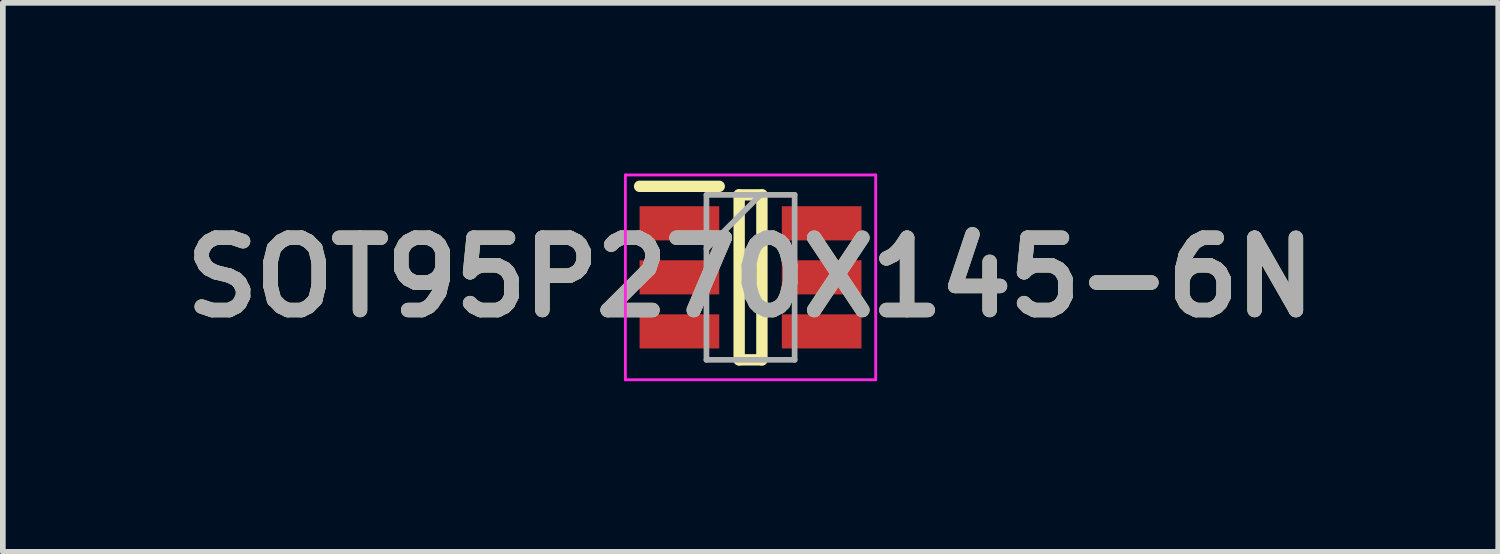
<source format=kicad_pcb>
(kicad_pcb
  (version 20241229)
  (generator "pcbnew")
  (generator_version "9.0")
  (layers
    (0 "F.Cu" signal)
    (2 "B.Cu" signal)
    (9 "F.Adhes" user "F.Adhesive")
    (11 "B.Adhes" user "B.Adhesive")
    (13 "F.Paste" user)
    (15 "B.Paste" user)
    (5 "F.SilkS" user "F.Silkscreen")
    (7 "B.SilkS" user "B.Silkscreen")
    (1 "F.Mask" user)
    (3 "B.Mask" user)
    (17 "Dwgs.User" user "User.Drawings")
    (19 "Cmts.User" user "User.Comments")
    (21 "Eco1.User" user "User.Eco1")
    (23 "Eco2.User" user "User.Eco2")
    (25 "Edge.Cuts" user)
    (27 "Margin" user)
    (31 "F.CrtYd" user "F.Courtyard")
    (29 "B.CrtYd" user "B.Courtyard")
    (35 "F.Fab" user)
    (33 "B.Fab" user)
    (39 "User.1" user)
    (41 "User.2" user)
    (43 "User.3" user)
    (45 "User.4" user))
  (footprint "SOT95P270X145-6N"
    (layer "F.Cu")
    (at 10.142 1.825)
    (property "Reference" "SOT95P270X145-6N" (at 0 0 0) (layer "F.SilkS") (effects (font (size 1.27 1.27) (thickness 0.254))))
    (attr smd)
    (fp_line (start -1.95 -1.6) (end -0.55 -1.6) (stroke (width 0.2) (type solid)) (layer "F.SilkS"))
    (fp_line (start -0.2 -1.45) (end 0.2 -1.45) (stroke (width 0.2) (type solid)) (layer "F.SilkS"))
    (fp_line (start -0.2 1.45) (end -0.2 -1.45) (stroke (width 0.2) (type solid)) (layer "F.SilkS"))
    (fp_line (start 0.2 -1.45) (end 0.2 1.45) (stroke (width 0.2) (type solid)) (layer "F.SilkS"))
    (fp_line (start 0.2 1.45) (end -0.2 1.45) (stroke (width 0.2) (type solid)) (layer "F.SilkS"))
    (fp_line (start -2.2 -1.8) (end 2.2 -1.8) (stroke (width 0.05) (type solid)) (layer "F.CrtYd"))
    (fp_line (start -2.2 1.8) (end -2.2 -1.8) (stroke (width 0.05) (type solid)) (layer "F.CrtYd"))
    (fp_line (start 2.2 -1.8) (end 2.2 1.8) (stroke (width 0.05) (type solid)) (layer "F.CrtYd"))
    (fp_line (start 2.2 1.8) (end -2.2 1.8) (stroke (width 0.05) (type solid)) (layer "F.CrtYd"))
    (fp_line (start -0.775 -1.45) (end 0.775 -1.45) (stroke (width 0.1) (type solid)) (layer "F.Fab"))
    (fp_line (start -0.775 -0.5) (end 0.175 -1.45) (stroke (width 0.1) (type solid)) (layer "F.Fab"))
    (fp_line (start -0.775 1.45) (end -0.775 -1.45) (stroke (width 0.1) (type solid)) (layer "F.Fab"))
    (fp_line (start 0.775 -1.45) (end 0.775 1.45) (stroke (width 0.1) (type solid)) (layer "F.Fab"))
    (fp_line (start 0.775 1.45) (end -0.775 1.45) (stroke (width 0.1) (type solid)) (layer "F.Fab"))
    (fp_text user "${REFERENCE}" (at 0 0 0) (layer "F.Fab") (effects (font (size 1.27 1.27) (thickness 0.254))))
    (pad "1" smd rect (at -1.25 -0.95 90) (size 0.6 1.4) (layers "F.Cu" "F.Mask" "F.Paste"))
    (pad "2" smd rect (at -1.25 0 90) (size 0.6 1.4) (layers "F.Cu" "F.Mask" "F.Paste"))
    (pad "3" smd rect (at -1.25 0.95 90) (size 0.6 1.4) (layers "F.Cu" "F.Mask" "F.Paste"))
    (pad "4" smd rect (at 1.25 0.95 90) (size 0.6 1.4) (layers "F.Cu" "F.Mask" "F.Paste"))
    (pad "5" smd rect (at 1.25 0 90) (size 0.6 1.4) (layers "F.Cu" "F.Mask" "F.Paste"))
    (pad "6" smd rect (at 1.25 -0.95 90) (size 0.6 1.4) (layers "F.Cu" "F.Mask" "F.Paste")))
  (gr_rect
    (start -3 -3)
    (end 23.284 6.65)
    (stroke (width 0.1) (type default))
    (fill no)
    (layer "Edge.Cuts")))
</source>
